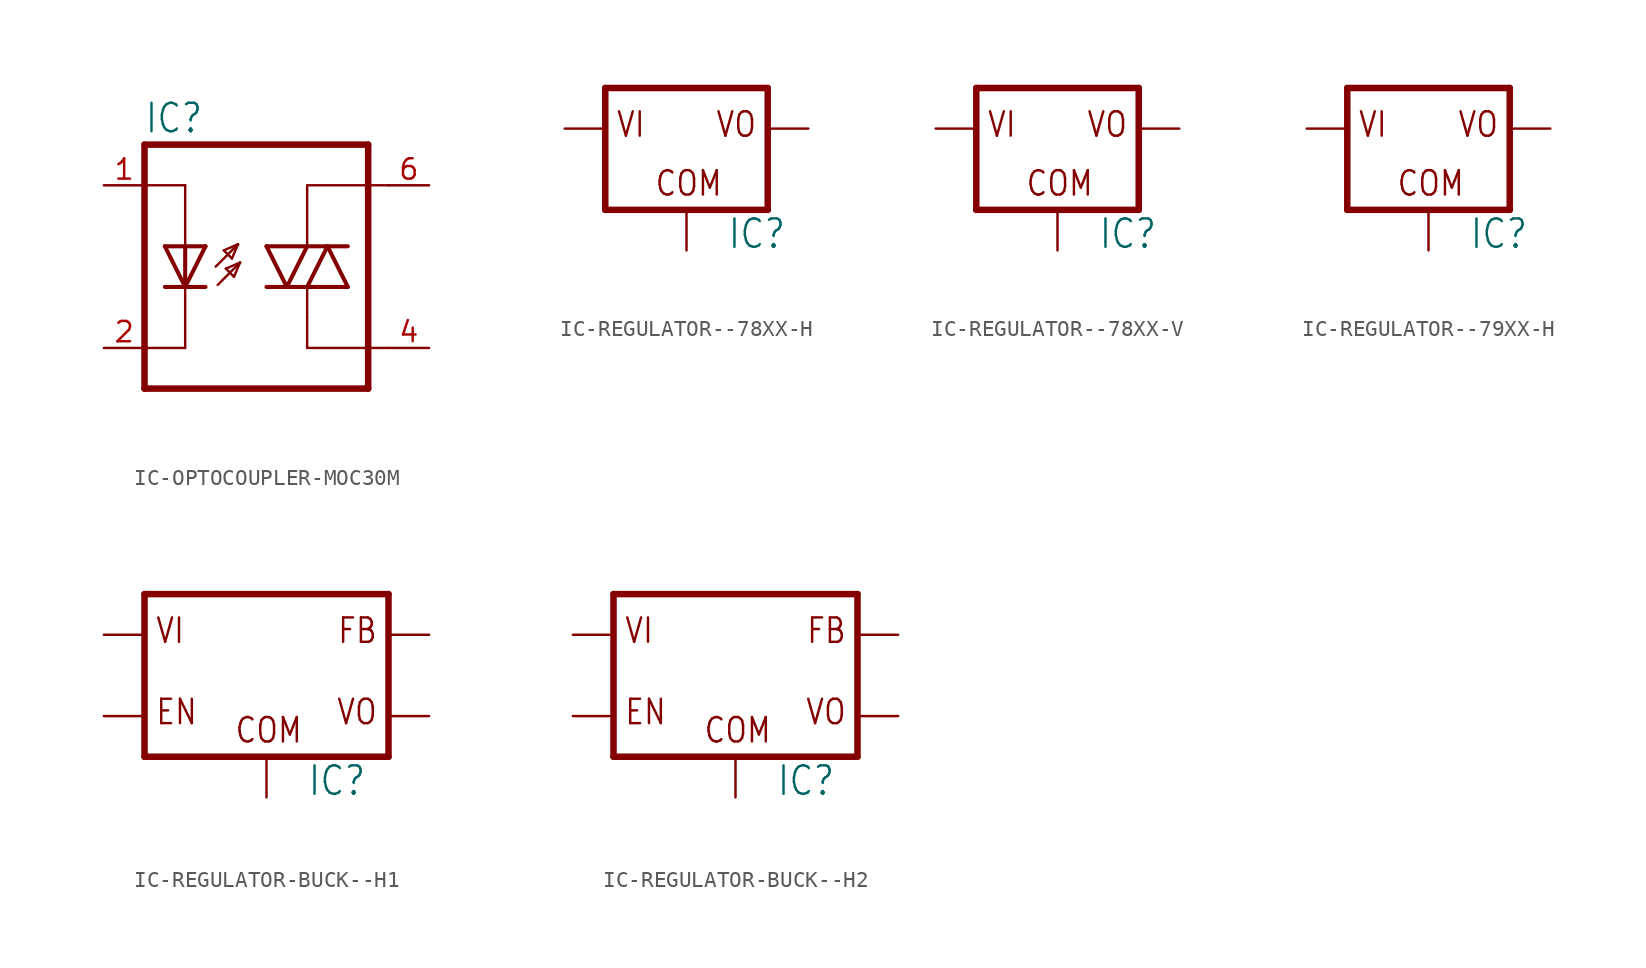
<source format=kicad_sym>
(kicad_symbol_lib
  (version 20231120)
  (generator "kicad_symbol_editor")
  (generator_version "8.0")
  (symbol "IC-OPTOCOUPLER-MOC30M"
    (property "Reference" "IC"
      (at -7.645 8.23 0)
      (effects (font (size 1.778 1.511)) (justify left bottom)))
    (property "Value" ""
      (at -7.645 -10.084 0)
      (effects (font (size 1.778 1.511)) (justify left bottom)))
    (property "ki_locked" ""
      (at 0 0 0)
      (effects (font (size 1.27 1.27))))
    (symbol "IC-OPTOCOUPLER-MOC30M_1_0"
      (polyline (pts (xy -7.62 -7.62) (xy 6.35 -7.62)) (stroke (width 0.406) (type solid)) (fill (type none)))
      (polyline (pts (xy -7.62 -5.08) (xy -7.62 -7.62)) (stroke (width 0.406) (type solid)) (fill (type none)))
      (polyline (pts (xy -7.62 5.08) (xy -7.62 -5.08)) (stroke (width 0.406) (type solid)) (fill (type none)))
      (polyline (pts (xy -7.62 7.62) (xy -7.62 5.08)) (stroke (width 0.406) (type solid)) (fill (type none)))
      (polyline (pts (xy -7.62 7.62) (xy 6.35 7.62)) (stroke (width 0.406) (type solid)) (fill (type none)))
      (polyline (pts (xy -5.08 -5.08) (xy -7.62 -5.08)) (stroke (width 0.152) (type solid)) (fill (type none)))
      (polyline (pts (xy -5.08 -1.27) (xy -6.35 -1.27)) (stroke (width 0.254) (type solid)) (fill (type none)))
      (polyline (pts (xy -5.08 -1.27) (xy -6.35 1.27)) (stroke (width 0.254) (type solid)) (fill (type none)))
      (polyline (pts (xy -5.08 -1.27) (xy -5.08 -5.08)) (stroke (width 0.152) (type solid)) (fill (type none)))
      (polyline (pts (xy -5.08 1.27) (xy -6.35 1.27)) (stroke (width 0.254) (type solid)) (fill (type none)))
      (polyline (pts (xy -5.08 1.27) (xy -5.08 -1.27)) (stroke (width 0.254) (type solid)) (fill (type none)))
      (polyline (pts (xy -5.08 5.08) (xy -7.62 5.08)) (stroke (width 0.152) (type solid)) (fill (type none)))
      (polyline (pts (xy -5.08 5.08) (xy -5.08 1.27)) (stroke (width 0.152) (type solid)) (fill (type none)))
      (polyline (pts (xy -3.81 -1.27) (xy -5.08 -1.27)) (stroke (width 0.254) (type solid)) (fill (type none)))
      (polyline (pts (xy -3.81 1.27) (xy -5.08 -1.27)) (stroke (width 0.254) (type solid)) (fill (type none)))
      (polyline (pts (xy -3.81 1.27) (xy -5.08 1.27)) (stroke (width 0.254) (type solid)) (fill (type none)))
      (polyline (pts (xy -3.175 0) (xy -1.778 1.397)) (stroke (width 0.152) (type solid)) (fill (type none)))
      (polyline (pts (xy -3.048 -1.143) (xy -1.651 0.254)) (stroke (width 0.152) (type solid)) (fill (type none)))
      (polyline (pts (xy -2.667 1.016) (xy -2.159 0.508)) (stroke (width 0.152) (type solid)) (fill (type none)))
      (polyline (pts (xy -2.54 -0.127) (xy -2.032 -0.635)) (stroke (width 0.152) (type solid)) (fill (type none)))
      (polyline (pts (xy -2.159 0.508) (xy -1.778 1.397)) (stroke (width 0.152) (type solid)) (fill (type none)))
      (polyline (pts (xy -2.032 -0.635) (xy -1.651 0.254)) (stroke (width 0.152) (type solid)) (fill (type none)))
      (polyline (pts (xy -1.778 1.397) (xy -2.667 1.016)) (stroke (width 0.152) (type solid)) (fill (type none)))
      (polyline (pts (xy -1.651 0.254) (xy -2.54 -0.127)) (stroke (width 0.152) (type solid)) (fill (type none)))
      (polyline (pts (xy 1.27 -1.27) (xy 0 -1.27)) (stroke (width 0.254) (type solid)) (fill (type none)))
      (polyline (pts (xy 1.27 -1.27) (xy 0 1.27)) (stroke (width 0.254) (type solid)) (fill (type none)))
      (polyline (pts (xy 2.54 -5.08) (xy 7.62 -5.08)) (stroke (width 0.152) (type solid)) (fill (type none)))
      (polyline (pts (xy 2.54 -3.175) (xy 2.54 -5.08)) (stroke (width 0.152) (type solid)) (fill (type none)))
      (polyline (pts (xy 2.54 -3.175) (xy 2.54 -1.27)) (stroke (width 0.152) (type solid)) (fill (type none)))
      (polyline (pts (xy 2.54 -1.27) (xy 1.27 -1.27)) (stroke (width 0.254) (type solid)) (fill (type none)))
      (polyline (pts (xy 2.54 -1.27) (xy 3.81 1.27)) (stroke (width 0.254) (type solid)) (fill (type none)))
      (polyline (pts (xy 2.54 -1.27) (xy 5.08 -1.27)) (stroke (width 0.254) (type solid)) (fill (type none)))
      (polyline (pts (xy 2.54 1.27) (xy 0 1.27)) (stroke (width 0.254) (type solid)) (fill (type none)))
      (polyline (pts (xy 2.54 1.27) (xy 1.27 -1.27)) (stroke (width 0.254) (type solid)) (fill (type none)))
      (polyline (pts (xy 2.54 1.27) (xy 2.54 5.08)) (stroke (width 0.152) (type solid)) (fill (type none)))
      (polyline (pts (xy 2.54 1.27) (xy 3.81 1.27)) (stroke (width 0.254) (type solid)) (fill (type none)))
      (polyline (pts (xy 2.54 5.08) (xy 7.62 5.08)) (stroke (width 0.152) (type solid)) (fill (type none)))
      (polyline (pts (xy 3.81 1.27) (xy 5.08 -1.27)) (stroke (width 0.254) (type solid)) (fill (type none)))
      (polyline (pts (xy 3.81 1.27) (xy 5.08 1.27)) (stroke (width 0.254) (type solid)) (fill (type none)))
      (polyline (pts (xy 6.35 7.62) (xy 6.35 -7.62)) (stroke (width 0.406) (type solid)) (fill (type none)))
      (pin passive line (at -10.16 5.08 0) (length 2.54) (name "A" (effects (font (size 0 0)))) (number "1" (effects (font (size 1.27 1.27)))))
      (pin passive line (at -10.16 -5.08 0) (length 2.54) (name "C" (effects (font (size 0 0)))) (number "2" (effects (font (size 1.27 1.27)))))
      (pin passive line (at 10.16 -5.08 180) (length 2.54) (name "A1" (effects (font (size 0 0)))) (number "4" (effects (font (size 1.27 1.27)))))
      (pin passive line (at 10.16 5.08 180) (length 2.54) (name "A2" (effects (font (size 0 0)))) (number "6" (effects (font (size 1.27 1.27)))))))
  (symbol "IC-REGULATOR--78XX-H"
    (property "Reference" "IC"
      (at 2.54 -7.62 0)
      (effects (font (size 1.778 1.511)) (justify left bottom)))
    (property "Value" ""
      (at 2.54 -10.16 0)
      (effects (font (size 1.778 1.511)) (justify left bottom)))
    (property "ki_locked" ""
      (at 0 0 0)
      (effects (font (size 1.27 1.27))))
    (symbol "IC-REGULATOR--78XX-H_1_0"
      (polyline (pts (xy -5.08 -5.08) (xy 5.08 -5.08)) (stroke (width 0.406) (type solid)) (fill (type none)))
      (polyline (pts (xy -5.08 2.54) (xy -5.08 -5.08)) (stroke (width 0.406) (type solid)) (fill (type none)))
      (polyline (pts (xy 5.08 -5.08) (xy 5.08 2.54)) (stroke (width 0.406) (type solid)) (fill (type none)))
      (polyline (pts (xy 5.08 2.54) (xy -5.08 2.54)) (stroke (width 0.406) (type solid)) (fill (type none)))
      (text "COM" (at -2.032 -4.318 0) (effects (font (size 1.524 1.295)) (justify left bottom)))
      (text "VI" (at -4.445 -0.635 0) (effects (font (size 1.524 1.295)) (justify left bottom)))
      (text "VO" (at 4.445 -0.635 0) (effects (font (size 1.524 1.295)) (justify right bottom)))
      (pin input line (at -7.62 0 0) (length 2.54) (name "VI" (effects (font (size 0 0)))) (number "1" (effects (font (size 0 0)))))
      (pin input line (at 0 -7.62 90) (length 2.54) (name "COM" (effects (font (size 0 0)))) (number "2" (effects (font (size 0 0)))))
      (pin passive line (at 7.62 0 180) (length 2.54) (name "VO" (effects (font (size 0 0)))) (number "3" (effects (font (size 0 0)))))))
  (symbol "IC-REGULATOR--78XX-V"
    (property "Reference" "IC"
      (at 2.54 -7.62 0)
      (effects (font (size 1.778 1.511)) (justify left bottom)))
    (property "Value" ""
      (at 2.54 -10.16 0)
      (effects (font (size 1.778 1.511)) (justify left bottom)))
    (property "ki_locked" ""
      (at 0 0 0)
      (effects (font (size 1.27 1.27))))
    (symbol "IC-REGULATOR--78XX-V_1_0"
      (polyline (pts (xy -5.08 -5.08) (xy 5.08 -5.08)) (stroke (width 0.406) (type solid)) (fill (type none)))
      (polyline (pts (xy -5.08 2.54) (xy -5.08 -5.08)) (stroke (width 0.406) (type solid)) (fill (type none)))
      (polyline (pts (xy 5.08 -5.08) (xy 5.08 2.54)) (stroke (width 0.406) (type solid)) (fill (type none)))
      (polyline (pts (xy 5.08 2.54) (xy -5.08 2.54)) (stroke (width 0.406) (type solid)) (fill (type none)))
      (text "COM" (at -2.032 -4.318 0) (effects (font (size 1.524 1.295)) (justify left bottom)))
      (text "VI" (at -4.445 -0.635 0) (effects (font (size 1.524 1.295)) (justify left bottom)))
      (text "VO" (at 4.445 -0.635 0) (effects (font (size 1.524 1.295)) (justify right bottom)))
      (pin input line (at -7.62 0 0) (length 2.54) (name "VI" (effects (font (size 0 0)))) (number "1" (effects (font (size 0 0)))))
      (pin input line (at 0 -7.62 90) (length 2.54) (name "COM" (effects (font (size 0 0)))) (number "2" (effects (font (size 0 0)))))
      (pin passive line (at 7.62 0 180) (length 2.54) (name "VO" (effects (font (size 0 0)))) (number "3" (effects (font (size 0 0)))))))
  (symbol "IC-REGULATOR--79XX-H"
    (property "Reference" "IC"
      (at 2.54 -7.62 0)
      (effects (font (size 1.778 1.511)) (justify left bottom)))
    (property "Value" ""
      (at 2.54 -10.16 0)
      (effects (font (size 1.778 1.511)) (justify left bottom)))
    (property "ki_locked" ""
      (at 0 0 0)
      (effects (font (size 1.27 1.27))))
    (symbol "IC-REGULATOR--79XX-H_1_0"
      (polyline (pts (xy -5.08 -5.08) (xy 5.08 -5.08)) (stroke (width 0.406) (type solid)) (fill (type none)))
      (polyline (pts (xy -5.08 2.54) (xy -5.08 -5.08)) (stroke (width 0.406) (type solid)) (fill (type none)))
      (polyline (pts (xy 5.08 -5.08) (xy 5.08 2.54)) (stroke (width 0.406) (type solid)) (fill (type none)))
      (polyline (pts (xy 5.08 2.54) (xy -5.08 2.54)) (stroke (width 0.406) (type solid)) (fill (type none)))
      (text "COM" (at -2.032 -4.318 0) (effects (font (size 1.524 1.295)) (justify left bottom)))
      (text "VI" (at -4.445 -0.635 0) (effects (font (size 1.524 1.295)) (justify left bottom)))
      (text "VO" (at 4.445 -0.635 0) (effects (font (size 1.524 1.295)) (justify right bottom)))
      (pin input line (at -7.62 0 0) (length 2.54) (name "VI" (effects (font (size 0 0)))) (number "1" (effects (font (size 0 0)))))
      (pin input line (at 0 -7.62 90) (length 2.54) (name "COM" (effects (font (size 0 0)))) (number "2" (effects (font (size 0 0)))))
      (pin passive line (at 7.62 0 180) (length 2.54) (name "VO" (effects (font (size 0 0)))) (number "3" (effects (font (size 0 0)))))))
  (symbol "IC-REGULATOR-BUCK--H1"
    (property "Reference" "IC"
      (at 2.54 -7.62 0)
      (effects (font (size 1.778 1.511)) (justify left bottom)))
    (property "Value" ""
      (at 2.54 -10.16 0)
      (effects (font (size 1.778 1.511)) (justify left bottom)))
    (property "ki_locked" ""
      (at 0 0 0)
      (effects (font (size 1.27 1.27))))
    (symbol "IC-REGULATOR-BUCK--H1_1_0"
      (polyline (pts (xy -7.62 -5.08) (xy 7.62 -5.08)) (stroke (width 0.406) (type solid)) (fill (type none)))
      (polyline (pts (xy -7.62 5.08) (xy -7.62 -5.08)) (stroke (width 0.406) (type solid)) (fill (type none)))
      (polyline (pts (xy 7.62 -5.08) (xy 7.62 5.08)) (stroke (width 0.406) (type solid)) (fill (type none)))
      (polyline (pts (xy 7.62 5.08) (xy -7.62 5.08)) (stroke (width 0.406) (type solid)) (fill (type none)))
      (text "COM" (at -2.032 -4.318 0) (effects (font (size 1.524 1.295)) (justify left bottom)))
      (text "EN" (at -6.985 -3.175 0) (effects (font (size 1.524 1.295)) (justify left bottom)))
      (text "FB" (at 6.985 1.905 0) (effects (font (size 1.524 1.295)) (justify right bottom)))
      (text "VI" (at -6.985 1.905 0) (effects (font (size 1.524 1.295)) (justify left bottom)))
      (text "VO" (at 6.985 -3.175 0) (effects (font (size 1.524 1.295)) (justify right bottom)))
      (pin input line (at -10.16 2.54 0) (length 2.54) (name "VI" (effects (font (size 0 0)))) (number "1" (effects (font (size 0 0)))))
      (pin passive line (at 10.16 -2.54 180) (length 2.54) (name "VO" (effects (font (size 0 0)))) (number "2" (effects (font (size 0 0)))))
      (pin input line (at 0 -7.62 90) (length 2.54) (name "COM" (effects (font (size 0 0)))) (number "3" (effects (font (size 0 0)))))
      (pin passive line (at 10.16 2.54 180) (length 2.54) (name "FB" (effects (font (size 0 0)))) (number "4" (effects (font (size 0 0)))))
      (pin input line (at -10.16 -2.54 0) (length 2.54) (name "EN" (effects (font (size 0 0)))) (number "5" (effects (font (size 0 0)))))))
  (symbol "IC-REGULATOR-BUCK--H2"
    (property "Reference" "IC"
      (at 2.54 -7.62 0)
      (effects (font (size 1.778 1.511)) (justify left bottom)))
    (property "Value" ""
      (at 2.54 -10.16 0)
      (effects (font (size 1.778 1.511)) (justify left bottom)))
    (property "ki_locked" ""
      (at 0 0 0)
      (effects (font (size 1.27 1.27))))
    (symbol "IC-REGULATOR-BUCK--H2_1_0"
      (polyline (pts (xy -7.62 -5.08) (xy 7.62 -5.08)) (stroke (width 0.406) (type solid)) (fill (type none)))
      (polyline (pts (xy -7.62 5.08) (xy -7.62 -5.08)) (stroke (width 0.406) (type solid)) (fill (type none)))
      (polyline (pts (xy 7.62 -5.08) (xy 7.62 5.08)) (stroke (width 0.406) (type solid)) (fill (type none)))
      (polyline (pts (xy 7.62 5.08) (xy -7.62 5.08)) (stroke (width 0.406) (type solid)) (fill (type none)))
      (text "COM" (at -2.032 -4.318 0) (effects (font (size 1.524 1.295)) (justify left bottom)))
      (text "EN" (at -6.985 -3.175 0) (effects (font (size 1.524 1.295)) (justify left bottom)))
      (text "FB" (at 6.985 1.905 0) (effects (font (size 1.524 1.295)) (justify right bottom)))
      (text "VI" (at -6.985 1.905 0) (effects (font (size 1.524 1.295)) (justify left bottom)))
      (text "VO" (at 6.985 -3.175 0) (effects (font (size 1.524 1.295)) (justify right bottom)))
      (pin input line (at -10.16 2.54 0) (length 2.54) (name "VI" (effects (font (size 0 0)))) (number "1" (effects (font (size 0 0)))))
      (pin passive line (at 10.16 -2.54 180) (length 2.54) (name "VO" (effects (font (size 0 0)))) (number "2" (effects (font (size 0 0)))))
      (pin input line (at 0 -7.62 90) (length 2.54) (name "COM" (effects (font (size 0 0)))) (number "3" (effects (font (size 0 0)))))
      (pin passive line (at 10.16 2.54 180) (length 2.54) (name "FB" (effects (font (size 0 0)))) (number "4" (effects (font (size 0 0)))))
      (pin input line (at -10.16 -2.54 0) (length 2.54) (name "EN" (effects (font (size 0 0)))) (number "5" (effects (font (size 0 0))))))))
</source>
